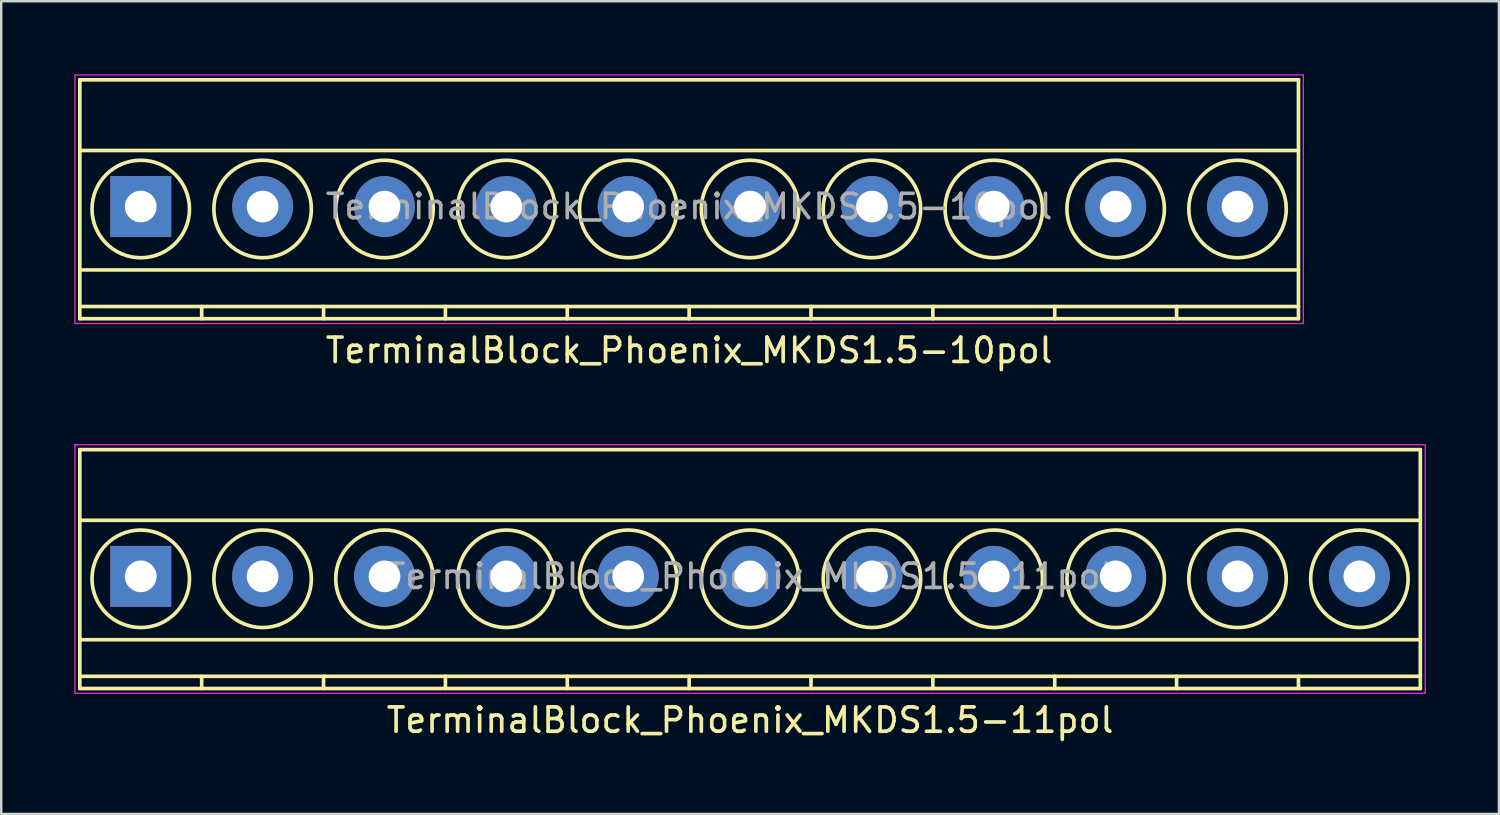
<source format=kicad_pcb>
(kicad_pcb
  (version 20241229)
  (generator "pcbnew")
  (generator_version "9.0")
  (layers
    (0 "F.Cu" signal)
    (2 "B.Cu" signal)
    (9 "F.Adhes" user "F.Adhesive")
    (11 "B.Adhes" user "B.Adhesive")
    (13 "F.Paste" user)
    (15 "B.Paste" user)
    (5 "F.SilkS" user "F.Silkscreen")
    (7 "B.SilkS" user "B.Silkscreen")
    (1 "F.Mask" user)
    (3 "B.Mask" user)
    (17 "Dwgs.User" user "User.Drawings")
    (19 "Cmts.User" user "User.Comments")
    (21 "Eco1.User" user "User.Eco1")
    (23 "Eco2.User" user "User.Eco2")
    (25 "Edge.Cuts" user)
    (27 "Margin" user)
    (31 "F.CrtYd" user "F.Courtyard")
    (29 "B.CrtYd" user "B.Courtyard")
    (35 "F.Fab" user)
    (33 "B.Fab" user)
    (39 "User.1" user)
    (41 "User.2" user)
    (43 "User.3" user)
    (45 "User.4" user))
  (footprint "TerminalBlock_Phoenix_MKDS1.5-11pol"
    (layer "F.Cu")
    (at 2.725 20.598)
    (property "Reference" "TerminalBlock_Phoenix_MKDS1.5-11pol" (at 25 5.9 0) (layer "F.SilkS") (effects (font (size 1 1) (thickness 0.15))))
    (attr through_hole)
    (fp_line (start -2.5 -5.2) (end -2.5 4.6) (stroke (width 0.15) (type solid)) (layer "F.SilkS"))
    (fp_line (start -2.5 -2.3) (end 52.5 -2.3) (stroke (width 0.15) (type solid)) (layer "F.SilkS"))
    (fp_line (start -2.5 2.6) (end 52.5 2.6) (stroke (width 0.15) (type solid)) (layer "F.SilkS"))
    (fp_line (start -2.5 4.1) (end 52.5 4.1) (stroke (width 0.15) (type solid)) (layer "F.SilkS"))
    (fp_line (start -2.5 4.6) (end 52.5 4.6) (stroke (width 0.15) (type solid)) (layer "F.SilkS"))
    (fp_line (start 2.5 4.1) (end 2.5 4.6) (stroke (width 0.15) (type solid)) (layer "F.SilkS"))
    (fp_line (start 7.5 4.1) (end 7.5 4.6) (stroke (width 0.15) (type solid)) (layer "F.SilkS"))
    (fp_line (start 12.5 4.1) (end 12.5 4.6) (stroke (width 0.15) (type solid)) (layer "F.SilkS"))
    (fp_line (start 17.5 4.1) (end 17.5 4.6) (stroke (width 0.15) (type solid)) (layer "F.SilkS"))
    (fp_line (start 22.5 4.1) (end 22.5 4.6) (stroke (width 0.15) (type solid)) (layer "F.SilkS"))
    (fp_line (start 27.5 4.1) (end 27.5 4.6) (stroke (width 0.15) (type solid)) (layer "F.SilkS"))
    (fp_line (start 32.5 4.1) (end 32.5 4.6) (stroke (width 0.15) (type solid)) (layer "F.SilkS"))
    (fp_line (start 37.5 4.1) (end 37.5 4.6) (stroke (width 0.15) (type solid)) (layer "F.SilkS"))
    (fp_line (start 42.5 4.1) (end 42.5 4.6) (stroke (width 0.15) (type solid)) (layer "F.SilkS"))
    (fp_line (start 47.5 4.1) (end 47.5 4.6) (stroke (width 0.15) (type solid)) (layer "F.SilkS"))
    (fp_line (start 52.5 -5.2) (end -2.5 -5.2) (stroke (width 0.15) (type solid)) (layer "F.SilkS"))
    (fp_line (start 52.5 4.6) (end 52.5 -5.2) (stroke (width 0.15) (type solid)) (layer "F.SilkS"))
    (fp_circle (center 0 0.1) (end 2 0.1) (stroke (width 0.15) (type solid)) (fill no) (layer "F.SilkS"))
    (fp_circle (center 5 0.1) (end 3 0.1) (stroke (width 0.15) (type solid)) (fill no) (layer "F.SilkS"))
    (fp_circle (center 10 0.1) (end 8 0.1) (stroke (width 0.15) (type solid)) (fill no) (layer "F.SilkS"))
    (fp_circle (center 15 0.1) (end 13 0.1) (stroke (width 0.15) (type solid)) (fill no) (layer "F.SilkS"))
    (fp_circle (center 20 0.1) (end 18 0.1) (stroke (width 0.15) (type solid)) (fill no) (layer "F.SilkS"))
    (fp_circle (center 25 0.1) (end 23 0.1) (stroke (width 0.15) (type solid)) (fill no) (layer "F.SilkS"))
    (fp_circle (center 30 0.1) (end 28 0.1) (stroke (width 0.15) (type solid)) (fill no) (layer "F.SilkS"))
    (fp_circle (center 35 0.1) (end 33 0.1) (stroke (width 0.15) (type solid)) (fill no) (layer "F.SilkS"))
    (fp_circle (center 40 0.1) (end 38 0.1) (stroke (width 0.15) (type solid)) (fill no) (layer "F.SilkS"))
    (fp_circle (center 45 0.1) (end 43 0.1) (stroke (width 0.15) (type solid)) (fill no) (layer "F.SilkS"))
    (fp_circle (center 50 0.1) (end 48 0.1) (stroke (width 0.15) (type solid)) (fill no) (layer "F.SilkS"))
    (fp_line (start -2.7 -5.4) (end -2.7 4.8) (stroke (width 0.05) (type solid)) (layer "F.CrtYd"))
    (fp_line (start -2.7 -5.4) (end -2.6 -5.4) (stroke (width 0.05) (type solid)) (layer "F.CrtYd"))
    (fp_line (start -2.7 4.8) (end 52.7 4.8) (stroke (width 0.05) (type solid)) (layer "F.CrtYd"))
    (fp_line (start -2.6 -5.4) (end -2.7 -5.4) (stroke (width 0.05) (type solid)) (layer "F.CrtYd"))
    (fp_line (start 52.7 -5.4) (end -2.6 -5.4) (stroke (width 0.05) (type solid)) (layer "F.CrtYd"))
    (fp_line (start 52.7 4.8) (end 52.7 -5.4) (stroke (width 0.05) (type solid)) (layer "F.CrtYd"))
    (fp_text user "${REFERENCE}" (at 25 0 0) (layer "F.Fab") (effects (font (size 1 1) (thickness 0.15))))
    (pad "1" thru_hole rect (at 0 0) (size 2.5 2.5) (drill 1.3) (layers "*.Cu" "*.Mask"))
    (pad "2" thru_hole circle (at 5 0) (size 2.5 2.5) (drill 1.3) (layers "*.Cu" "*.Mask"))
    (pad "3" thru_hole circle (at 10 0) (size 2.5 2.5) (drill 1.3) (layers "*.Cu" "*.Mask"))
    (pad "4" thru_hole circle (at 15 0) (size 2.5 2.5) (drill 1.3) (layers "*.Cu" "*.Mask"))
    (pad "5" thru_hole circle (at 20 0) (size 2.5 2.5) (drill 1.3) (layers "*.Cu" "*.Mask"))
    (pad "6" thru_hole circle (at 25 0) (size 2.5 2.5) (drill 1.3) (layers "*.Cu" "*.Mask"))
    (pad "7" thru_hole circle (at 30 0) (size 2.5 2.5) (drill 1.3) (layers "*.Cu" "*.Mask"))
    (pad "8" thru_hole circle (at 35 0) (size 2.5 2.5) (drill 1.3) (layers "*.Cu" "*.Mask"))
    (pad "9" thru_hole circle (at 40 0) (size 2.5 2.5) (drill 1.3) (layers "*.Cu" "*.Mask"))
    (pad "10" thru_hole circle (at 45 0) (size 2.5 2.5) (drill 1.3) (layers "*.Cu" "*.Mask"))
    (pad "11" thru_hole circle (at 50 0) (size 2.5 2.5) (drill 1.3) (layers "*.Cu" "*.Mask")))
  (footprint "TerminalBlock_Phoenix_MKDS1.5-10pol"
    (layer "F.Cu")
    (at 2.725 5.425)
    (property "Reference" "TerminalBlock_Phoenix_MKDS1.5-10pol" (at 22.5 5.9 0) (layer "F.SilkS") (effects (font (size 1 1) (thickness 0.15))))
    (attr through_hole)
    (fp_line (start -2.5 -5.2) (end -2.5 4.6) (stroke (width 0.15) (type solid)) (layer "F.SilkS"))
    (fp_line (start -2.5 -2.3) (end 47.5 -2.3) (stroke (width 0.15) (type solid)) (layer "F.SilkS"))
    (fp_line (start -2.5 2.6) (end 47.5 2.6) (stroke (width 0.15) (type solid)) (layer "F.SilkS"))
    (fp_line (start -2.5 4.1) (end 47.5 4.1) (stroke (width 0.15) (type solid)) (layer "F.SilkS"))
    (fp_line (start -2.5 4.6) (end 47.5 4.6) (stroke (width 0.15) (type solid)) (layer "F.SilkS"))
    (fp_line (start 2.5 4.1) (end 2.5 4.6) (stroke (width 0.15) (type solid)) (layer "F.SilkS"))
    (fp_line (start 7.5 4.1) (end 7.5 4.6) (stroke (width 0.15) (type solid)) (layer "F.SilkS"))
    (fp_line (start 12.5 4.1) (end 12.5 4.6) (stroke (width 0.15) (type solid)) (layer "F.SilkS"))
    (fp_line (start 17.5 4.1) (end 17.5 4.6) (stroke (width 0.15) (type solid)) (layer "F.SilkS"))
    (fp_line (start 22.5 4.1) (end 22.5 4.6) (stroke (width 0.15) (type solid)) (layer "F.SilkS"))
    (fp_line (start 27.5 4.1) (end 27.5 4.6) (stroke (width 0.15) (type solid)) (layer "F.SilkS"))
    (fp_line (start 32.5 4.1) (end 32.5 4.6) (stroke (width 0.15) (type solid)) (layer "F.SilkS"))
    (fp_line (start 37.5 4.1) (end 37.5 4.6) (stroke (width 0.15) (type solid)) (layer "F.SilkS"))
    (fp_line (start 42.5 4.1) (end 42.5 4.6) (stroke (width 0.15) (type solid)) (layer "F.SilkS"))
    (fp_line (start 47.5 -5.2) (end -2.5 -5.2) (stroke (width 0.15) (type solid)) (layer "F.SilkS"))
    (fp_line (start 47.5 4.6) (end 47.5 -5.2) (stroke (width 0.15) (type solid)) (layer "F.SilkS"))
    (fp_circle (center 0 0.1) (end 2 0.1) (stroke (width 0.15) (type solid)) (fill no) (layer "F.SilkS"))
    (fp_circle (center 5 0.1) (end 3 0.1) (stroke (width 0.15) (type solid)) (fill no) (layer "F.SilkS"))
    (fp_circle (center 10 0.1) (end 8 0.1) (stroke (width 0.15) (type solid)) (fill no) (layer "F.SilkS"))
    (fp_circle (center 15 0.1) (end 13 0.1) (stroke (width 0.15) (type solid)) (fill no) (layer "F.SilkS"))
    (fp_circle (center 20 0.1) (end 18 0.1) (stroke (width 0.15) (type solid)) (fill no) (layer "F.SilkS"))
    (fp_circle (center 25 0.1) (end 23 0.1) (stroke (width 0.15) (type solid)) (fill no) (layer "F.SilkS"))
    (fp_circle (center 30 0.1) (end 28 0.1) (stroke (width 0.15) (type solid)) (fill no) (layer "F.SilkS"))
    (fp_circle (center 35 0.1) (end 33 0.1) (stroke (width 0.15) (type solid)) (fill no) (layer "F.SilkS"))
    (fp_circle (center 40 0.1) (end 38 0.1) (stroke (width 0.15) (type solid)) (fill no) (layer "F.SilkS"))
    (fp_circle (center 45 0.1) (end 43 0.1) (stroke (width 0.15) (type solid)) (fill no) (layer "F.SilkS"))
    (fp_line (start -2.7 -5.4) (end -2.7 4.8) (stroke (width 0.05) (type solid)) (layer "F.CrtYd"))
    (fp_line (start -2.7 4.8) (end 47.7 4.8) (stroke (width 0.05) (type solid)) (layer "F.CrtYd"))
    (fp_line (start 47.7 -5.4) (end -2.7 -5.4) (stroke (width 0.05) (type solid)) (layer "F.CrtYd"))
    (fp_line (start 47.7 4.8) (end 47.7 -5.4) (stroke (width 0.05) (type solid)) (layer "F.CrtYd"))
    (fp_text user "${REFERENCE}" (at 22.5 0 0) (layer "F.Fab") (effects (font (size 1 1) (thickness 0.15))))
    (pad "1" thru_hole rect (at 0 0) (size 2.5 2.5) (drill 1.3) (layers "*.Cu" "*.Mask"))
    (pad "2" thru_hole circle (at 5 0) (size 2.5 2.5) (drill 1.3) (layers "*.Cu" "*.Mask"))
    (pad "3" thru_hole circle (at 10 0) (size 2.5 2.5) (drill 1.3) (layers "*.Cu" "*.Mask"))
    (pad "4" thru_hole circle (at 15 0) (size 2.5 2.5) (drill 1.3) (layers "*.Cu" "*.Mask"))
    (pad "5" thru_hole circle (at 20 0) (size 2.5 2.5) (drill 1.3) (layers "*.Cu" "*.Mask"))
    (pad "6" thru_hole circle (at 25 0) (size 2.5 2.5) (drill 1.3) (layers "*.Cu" "*.Mask"))
    (pad "7" thru_hole circle (at 30 0) (size 2.5 2.5) (drill 1.3) (layers "*.Cu" "*.Mask"))
    (pad "8" thru_hole circle (at 35 0) (size 2.5 2.5) (drill 1.3) (layers "*.Cu" "*.Mask"))
    (pad "9" thru_hole circle (at 40 0) (size 2.5 2.5) (drill 1.3) (layers "*.Cu" "*.Mask"))
    (pad "10" thru_hole circle (at 45 0) (size 2.5 2.5) (drill 1.3) (layers "*.Cu" "*.Mask")))
  (gr_rect
    (start -3 -3)
    (end 58.45 30.346)
    (stroke (width 0.1) (type default))
    (fill no)
    (layer "Edge.Cuts")))
</source>
